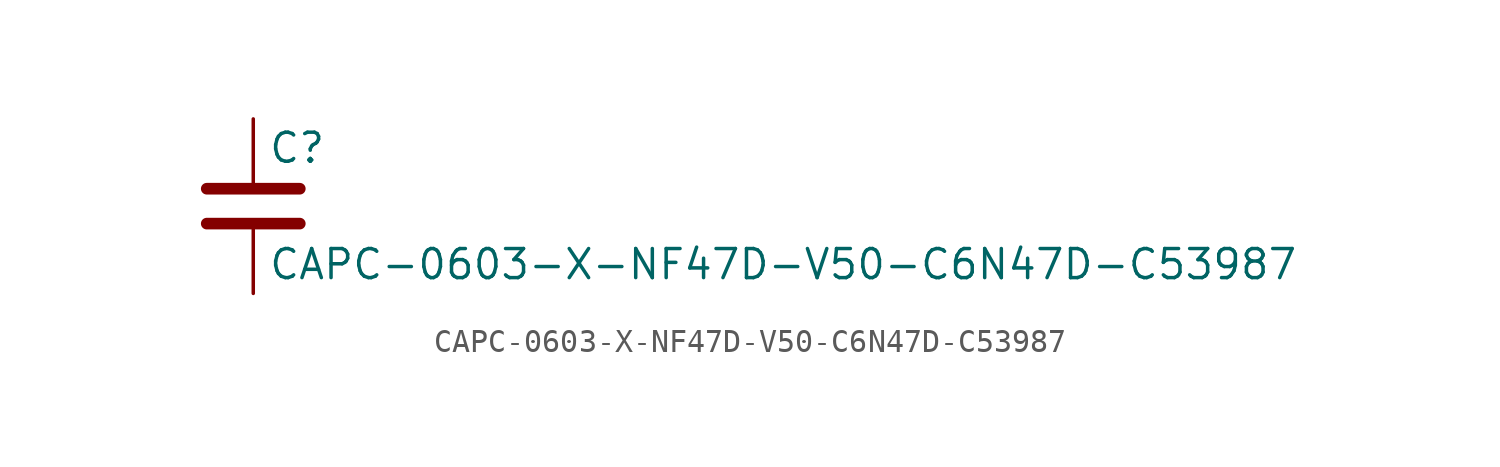
<source format=kicad_sym>
(kicad_symbol_lib
  (version 20211014)
  (generator kicad_symbol_editor)
  (symbol "CAPC-0603-X-NF47D-V50-C6N47D-C53987"
    (pin_numbers hide)
    (pin_names
      (offset 0.254))
    (property "Reference" "C"
      (at 0.635 2.54 0)
      (effects (font (size 1.27 1.27)) (justify left)))
    (property "Value" "CAPC-0603-X-NF47D-V50-C6N47D-C53987"
      (at 0.635 -2.54 0)
      (effects (font (size 1.27 1.27)) (justify left)))
    (symbol "CAPC-0603-X-NF47D-V50-C6N47D-C53987_0_1"
      (polyline (pts (xy -2.032 -0.762) (xy 2.032 -0.762)) (stroke (width 0.508) (type default) (color 0 0 0 0)) (fill (type none)))
      (polyline (pts (xy -2.032 0.762) (xy 2.032 0.762)) (stroke (width 0.508) (type default) (color 0 0 0 0)) (fill (type none))))
    (symbol "CAPC-0603-X-NF47D-V50-C6N47D-C53987_1_1"
      (pin passive line (at 0 3.81 270) (length 2.794) (name "~" (effects (font (size 1.27 1.27)))) (number "1" (effects (font (size 1.27 1.27)))))
      (pin passive line (at 0 -3.81 90) (length 2.794) (name "~" (effects (font (size 1.27 1.27)))) (number "2" (effects (font (size 1.27 1.27))))))))
</source>
